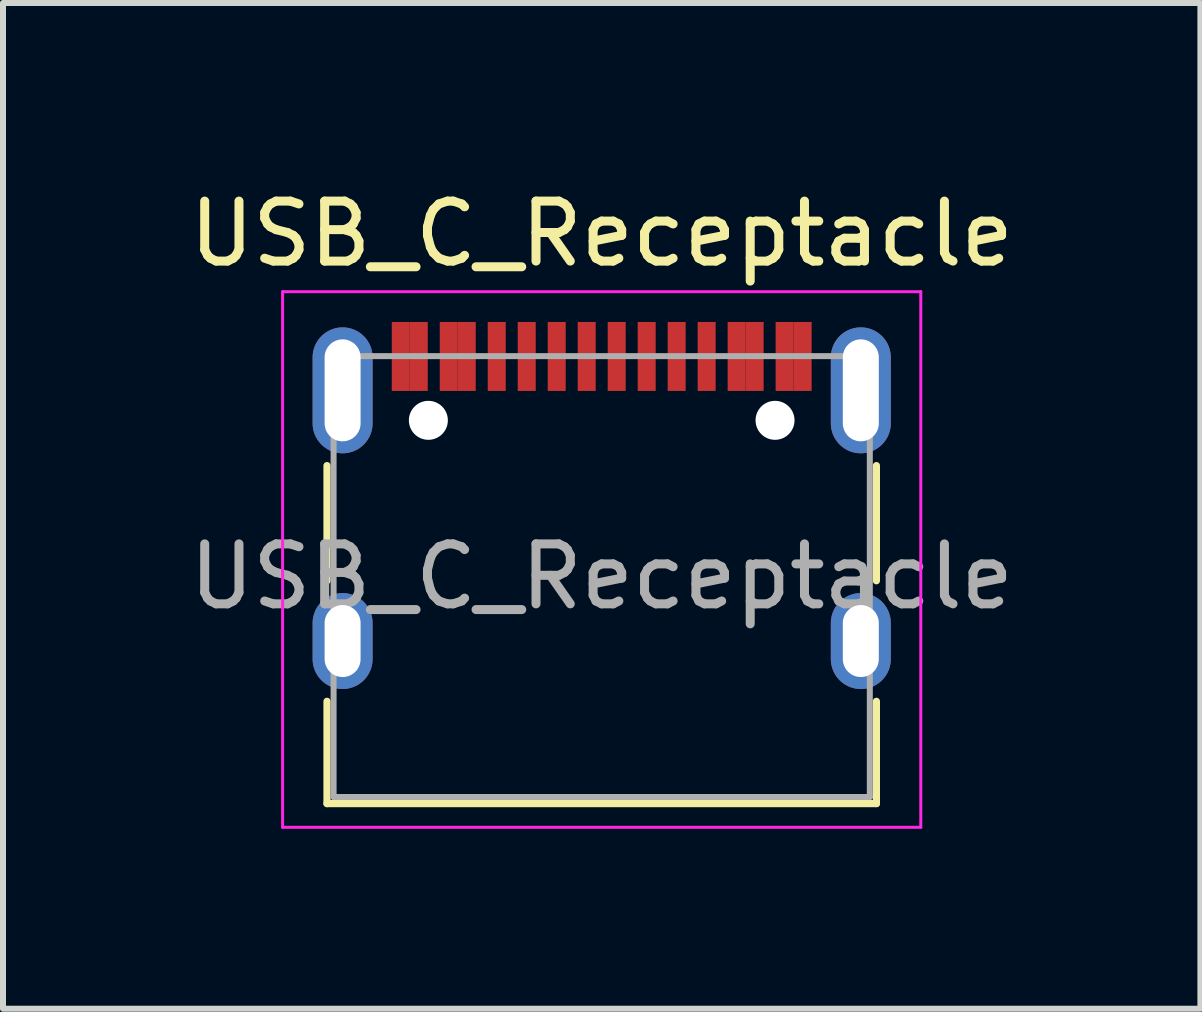
<source format=kicad_pcb>
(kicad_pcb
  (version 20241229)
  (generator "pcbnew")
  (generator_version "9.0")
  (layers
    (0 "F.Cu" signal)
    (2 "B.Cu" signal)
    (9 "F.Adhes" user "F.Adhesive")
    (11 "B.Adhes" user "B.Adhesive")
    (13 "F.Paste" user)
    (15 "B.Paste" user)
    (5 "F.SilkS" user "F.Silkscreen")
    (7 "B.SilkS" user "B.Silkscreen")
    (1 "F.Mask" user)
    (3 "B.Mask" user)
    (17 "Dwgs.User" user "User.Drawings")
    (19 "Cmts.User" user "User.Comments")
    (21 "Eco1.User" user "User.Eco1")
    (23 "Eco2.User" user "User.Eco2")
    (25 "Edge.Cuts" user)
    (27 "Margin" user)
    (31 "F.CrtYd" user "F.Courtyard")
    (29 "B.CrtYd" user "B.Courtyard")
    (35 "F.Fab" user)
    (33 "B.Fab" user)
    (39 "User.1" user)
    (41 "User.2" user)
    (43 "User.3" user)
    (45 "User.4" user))
  (footprint "USB_C_Receptacle"
    (layer "F.Cu")
    (at 6.982 6.563)
    (property "Reference" "USB_C_Receptacle" (at 0 -5.715 0) (layer "F.SilkS") (effects (font (size 1 1) (thickness 0.15))))
    (attr smd)
    (fp_line (start -4.58 -1.85) (end -4.58 0.07) (stroke (width 0.12) (type solid)) (layer "F.SilkS"))
    (fp_line (start -4.58 3.785) (end -4.58 2.08) (stroke (width 0.12) (type solid)) (layer "F.SilkS"))
    (fp_line (start 4.58 0.07) (end 4.58 -1.85) (stroke (width 0.12) (type solid)) (layer "F.SilkS"))
    (fp_line (start 4.58 2.08) (end 4.58 3.785) (stroke (width 0.12) (type solid)) (layer "F.SilkS"))
    (fp_line (start 4.58 3.785) (end -4.58 3.785) (stroke (width 0.12) (type solid)) (layer "F.SilkS"))
    (fp_line (start -5.32 -4.75) (end 5.32 -4.75) (stroke (width 0.05) (type solid)) (layer "F.CrtYd"))
    (fp_line (start -5.32 4.18) (end -5.32 -4.75) (stroke (width 0.05) (type solid)) (layer "F.CrtYd"))
    (fp_line (start 5.32 -4.75) (end 5.32 4.18) (stroke (width 0.05) (type solid)) (layer "F.CrtYd"))
    (fp_line (start 5.32 4.18) (end -5.32 4.18) (stroke (width 0.05) (type solid)) (layer "F.CrtYd"))
    (fp_line (start -4.47 -3.675) (end -4.47 3.675) (stroke (width 0.1) (type solid)) (layer "F.Fab"))
    (fp_line (start -4.47 -3.675) (end 4.47 -3.675) (stroke (width 0.1) (type solid)) (layer "F.Fab"))
    (fp_line (start -4.47 3.675) (end 4.47 3.675) (stroke (width 0.1) (type solid)) (layer "F.Fab"))
    (fp_line (start 4.47 3.675) (end 4.47 -3.675) (stroke (width 0.1) (type solid)) (layer "F.Fab"))
    (fp_text user "${REFERENCE}" (at 0 0 0) (layer "F.Fab") (effects (font (size 1 1) (thickness 0.15))))
    (pad "" np_thru_hole circle (at -2.89 -2.605) (size 0.65 0.65) (drill 0.65) (layers "*.Cu" "*.Mask"))
    (pad "" np_thru_hole circle (at 2.89 -2.605) (size 0.65 0.65) (drill 0.65) (layers "*.Cu" "*.Mask"))
    (pad "A1" smd rect (at -3.35 -3.67) (size 0.3 1.15) (layers "F.Cu" "F.Mask" "F.Paste"))
    (pad "A4" smd rect (at -2.55 -3.67) (size 0.3 1.15) (layers "F.Cu" "F.Mask" "F.Paste"))
    (pad "A5" smd rect (at -1.25 -3.67) (size 0.3 1.15) (layers "F.Cu" "F.Mask" "F.Paste"))
    (pad "A6" smd rect (at -0.25 -3.67) (size 0.3 1.15) (layers "F.Cu" "F.Mask" "F.Paste"))
    (pad "A7" smd rect (at 0.25 -3.67) (size 0.3 1.15) (layers "F.Cu" "F.Mask" "F.Paste"))
    (pad "A8" smd rect (at 1.25 -3.67) (size 0.3 1.15) (layers "F.Cu" "F.Mask" "F.Paste"))
    (pad "A9" smd rect (at 2.55 -3.67) (size 0.3 1.15) (layers "F.Cu" "F.Mask" "F.Paste"))
    (pad "A12" smd rect (at 3.35 -3.67) (size 0.3 1.15) (layers "F.Cu" "F.Mask" "F.Paste"))
    (pad "B1" smd rect (at 3.05 -3.67) (size 0.3 1.15) (layers "F.Cu" "F.Mask" "F.Paste"))
    (pad "B4" smd rect (at 2.25 -3.67) (size 0.3 1.15) (layers "F.Cu" "F.Mask" "F.Paste"))
    (pad "B5" smd rect (at 1.75 -3.67) (size 0.3 1.15) (layers "F.Cu" "F.Mask" "F.Paste"))
    (pad "B6" smd rect (at 0.75 -3.67) (size 0.3 1.15) (layers "F.Cu" "F.Mask" "F.Paste"))
    (pad "B7" smd rect (at -0.75 -3.67) (size 0.3 1.15) (layers "F.Cu" "F.Mask" "F.Paste"))
    (pad "B8" smd rect (at -1.75 -3.67) (size 0.3 1.15) (layers "F.Cu" "F.Mask" "F.Paste"))
    (pad "B9" smd rect (at -2.25 -3.67) (size 0.3 1.15) (layers "F.Cu" "F.Mask" "F.Paste"))
    (pad "B12" smd rect (at -3.05 -3.67) (size 0.3 1.15) (layers "F.Cu" "F.Mask" "F.Paste"))
    (pad "S1" thru_hole oval (at -4.32 -3.105) (size 1 2.1) (drill oval 0.6 1.7) (layers "*.Cu" "*.Mask"))
    (pad "S1" thru_hole oval (at -4.32 1.075) (size 1 1.6) (drill oval 0.6 1.2) (layers "*.Cu" "*.Mask"))
    (pad "S1" thru_hole oval (at 4.32 -3.105) (size 1 2.1) (drill oval 0.6 1.7) (layers "*.Cu" "*.Mask"))
    (pad "S1" thru_hole oval (at 4.32 1.075) (size 1 1.6) (drill oval 0.6 1.2) (layers "*.Cu" "*.Mask")))
  (gr_rect
    (start -3 -3)
    (end 16.964 13.768)
    (stroke (width 0.1) (type default))
    (fill no)
    (layer "Edge.Cuts")))
</source>
